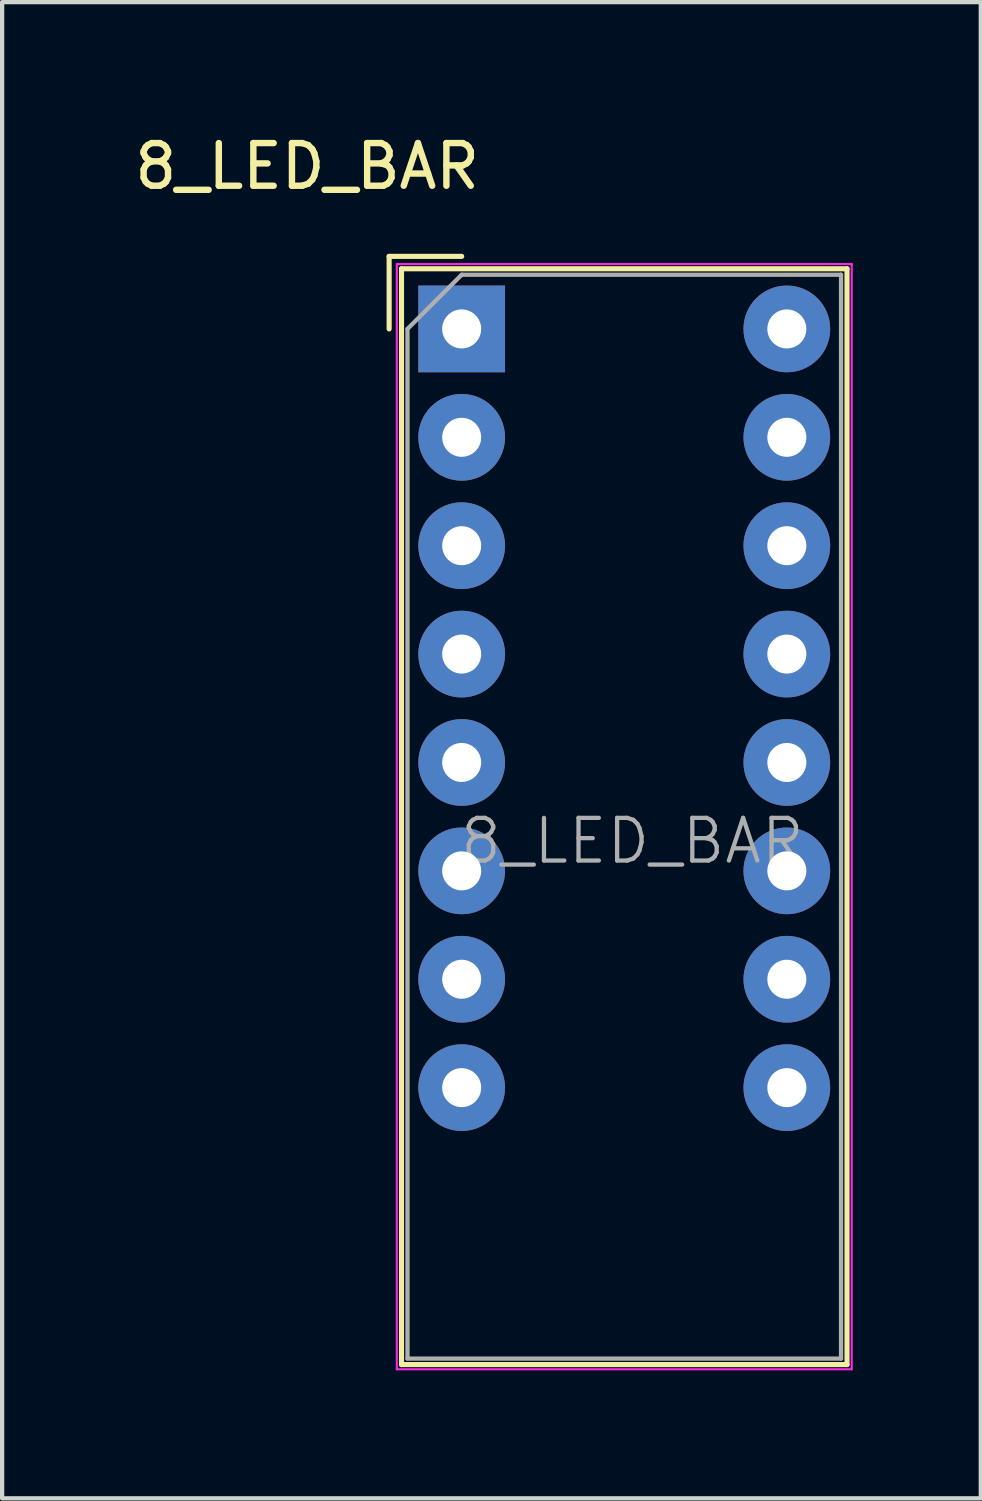
<source format=kicad_pcb>
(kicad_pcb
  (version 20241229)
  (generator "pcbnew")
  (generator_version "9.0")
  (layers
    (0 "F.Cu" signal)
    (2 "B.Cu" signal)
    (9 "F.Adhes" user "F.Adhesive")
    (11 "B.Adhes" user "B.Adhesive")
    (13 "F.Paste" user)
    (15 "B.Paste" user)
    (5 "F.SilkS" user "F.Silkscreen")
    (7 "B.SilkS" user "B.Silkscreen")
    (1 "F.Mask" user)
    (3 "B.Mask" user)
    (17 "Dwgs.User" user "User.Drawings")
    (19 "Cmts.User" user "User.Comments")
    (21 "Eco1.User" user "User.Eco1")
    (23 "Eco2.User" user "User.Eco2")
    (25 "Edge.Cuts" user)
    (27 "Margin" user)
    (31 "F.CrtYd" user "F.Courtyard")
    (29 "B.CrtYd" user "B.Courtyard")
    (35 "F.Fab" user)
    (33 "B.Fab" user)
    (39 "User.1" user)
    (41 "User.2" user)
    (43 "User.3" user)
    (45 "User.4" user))
  (footprint "8_LED_BAR"
    (layer "F.Cu")
    (at 6.689 3.388)
    (property "Reference" "8_LED_BAR" (at -2.54 -2.54 0) (unlocked yes) (layer "F.SilkS") (effects (font (size 1 1) (thickness 0.15))))
    (attr through_hole)
    (fp_line (start -0.62 -0.43) (end -0.62 1.27) (stroke (width 0.12) (type solid)) (layer "F.SilkS"))
    (fp_line (start -0.33 -0.14) (end 10.11 -0.14) (stroke (width 0.12) (type solid)) (layer "F.SilkS"))
    (fp_line (start -0.33 25.54) (end -0.33 -0.14) (stroke (width 0.12) (type solid)) (layer "F.SilkS"))
    (fp_line (start 1.08 -0.43) (end -0.62 -0.43) (stroke (width 0.12) (type solid)) (layer "F.SilkS"))
    (fp_line (start 10.11 -0.14) (end 10.11 25.54) (stroke (width 0.12) (type solid)) (layer "F.SilkS"))
    (fp_line (start 10.11 25.54) (end -0.33 25.54) (stroke (width 0.12) (type solid)) (layer "F.SilkS"))
    (fp_line (start -0.44 -0.25) (end -0.44 25.65) (stroke (width 0.05) (type solid)) (layer "F.CrtYd"))
    (fp_line (start -0.44 -0.25) (end 10.22 -0.25) (stroke (width 0.05) (type solid)) (layer "F.CrtYd"))
    (fp_line (start -0.44 25.65) (end 10.22 25.65) (stroke (width 0.05) (type solid)) (layer "F.CrtYd"))
    (fp_line (start 10.22 25.65) (end 10.22 -0.25) (stroke (width 0.05) (type solid)) (layer "F.CrtYd"))
    (fp_line (start -0.19 1.27) (end -0.19 25.4) (stroke (width 0.1) (type solid)) (layer "F.Fab"))
    (fp_line (start -0.19 25.4) (end 9.97 25.4) (stroke (width 0.1) (type solid)) (layer "F.Fab"))
    (fp_line (start 1.08 0) (end -0.19 1.27) (stroke (width 0.1) (type solid)) (layer "F.Fab"))
    (fp_line (start 1.08 0) (end 9.97 0) (stroke (width 0.1) (type solid)) (layer "F.Fab"))
    (fp_line (start 9.97 0) (end 9.97 25.4) (stroke (width 0.1) (type solid)) (layer "F.Fab"))
    (fp_text user "${REFERENCE}" (at 5.08 13.27 0) (layer "F.Fab") (effects (font (size 1 1) (thickness 0.1))))
    (pad "1" thru_hole rect (at 1.08 1.27 270) (size 2.032 2.032) (drill 0.914) (layers "*.Cu" "*.Mask"))
    (pad "2" thru_hole circle (at 1.08 3.81 270) (size 2.032 2.032) (drill 0.914) (layers "*.Cu" "*.Mask"))
    (pad "3" thru_hole circle (at 1.08 6.35 270) (size 2.032 2.032) (drill 0.914) (layers "*.Cu" "*.Mask"))
    (pad "4" thru_hole circle (at 1.08 8.89 270) (size 2.032 2.032) (drill 0.914) (layers "*.Cu" "*.Mask"))
    (pad "5" thru_hole circle (at 1.08 11.43 270) (size 2.032 2.032) (drill 0.914) (layers "*.Cu" "*.Mask"))
    (pad "6" thru_hole circle (at 1.08 13.97 270) (size 2.032 2.032) (drill 0.914) (layers "*.Cu" "*.Mask"))
    (pad "7" thru_hole circle (at 1.08 16.51 270) (size 2.032 2.032) (drill 0.914) (layers "*.Cu" "*.Mask"))
    (pad "8" thru_hole circle (at 1.08 19.05 270) (size 2.032 2.032) (drill 0.914) (layers "*.Cu" "*.Mask"))
    (pad "9" thru_hole circle (at 8.7 19.05 270) (size 2.032 2.032) (drill 0.914) (layers "*.Cu" "*.Mask"))
    (pad "10" thru_hole circle (at 8.7 16.51 270) (size 2.032 2.032) (drill 0.914) (layers "*.Cu" "*.Mask"))
    (pad "11" thru_hole circle (at 8.7 13.97 270) (size 2.032 2.032) (drill 0.914) (layers "*.Cu" "*.Mask"))
    (pad "12" thru_hole circle (at 8.7 11.43 270) (size 2.032 2.032) (drill 0.914) (layers "*.Cu" "*.Mask"))
    (pad "13" thru_hole circle (at 8.7 8.89 270) (size 2.032 2.032) (drill 0.914) (layers "*.Cu" "*.Mask"))
    (pad "14" thru_hole circle (at 8.7 6.35 270) (size 2.032 2.032) (drill 0.914) (layers "*.Cu" "*.Mask"))
    (pad "15" thru_hole circle (at 8.7 3.81 270) (size 2.032 2.032) (drill 0.914) (layers "*.Cu" "*.Mask"))
    (pad "16" thru_hole circle (at 8.7 1.27 270) (size 2.032 2.032) (drill 0.914) (layers "*.Cu" "*.Mask")))
  (gr_rect
    (start -3 -3)
    (end 19.934 32.063)
    (stroke (width 0.1) (type default))
    (fill no)
    (layer "Edge.Cuts")))
</source>
